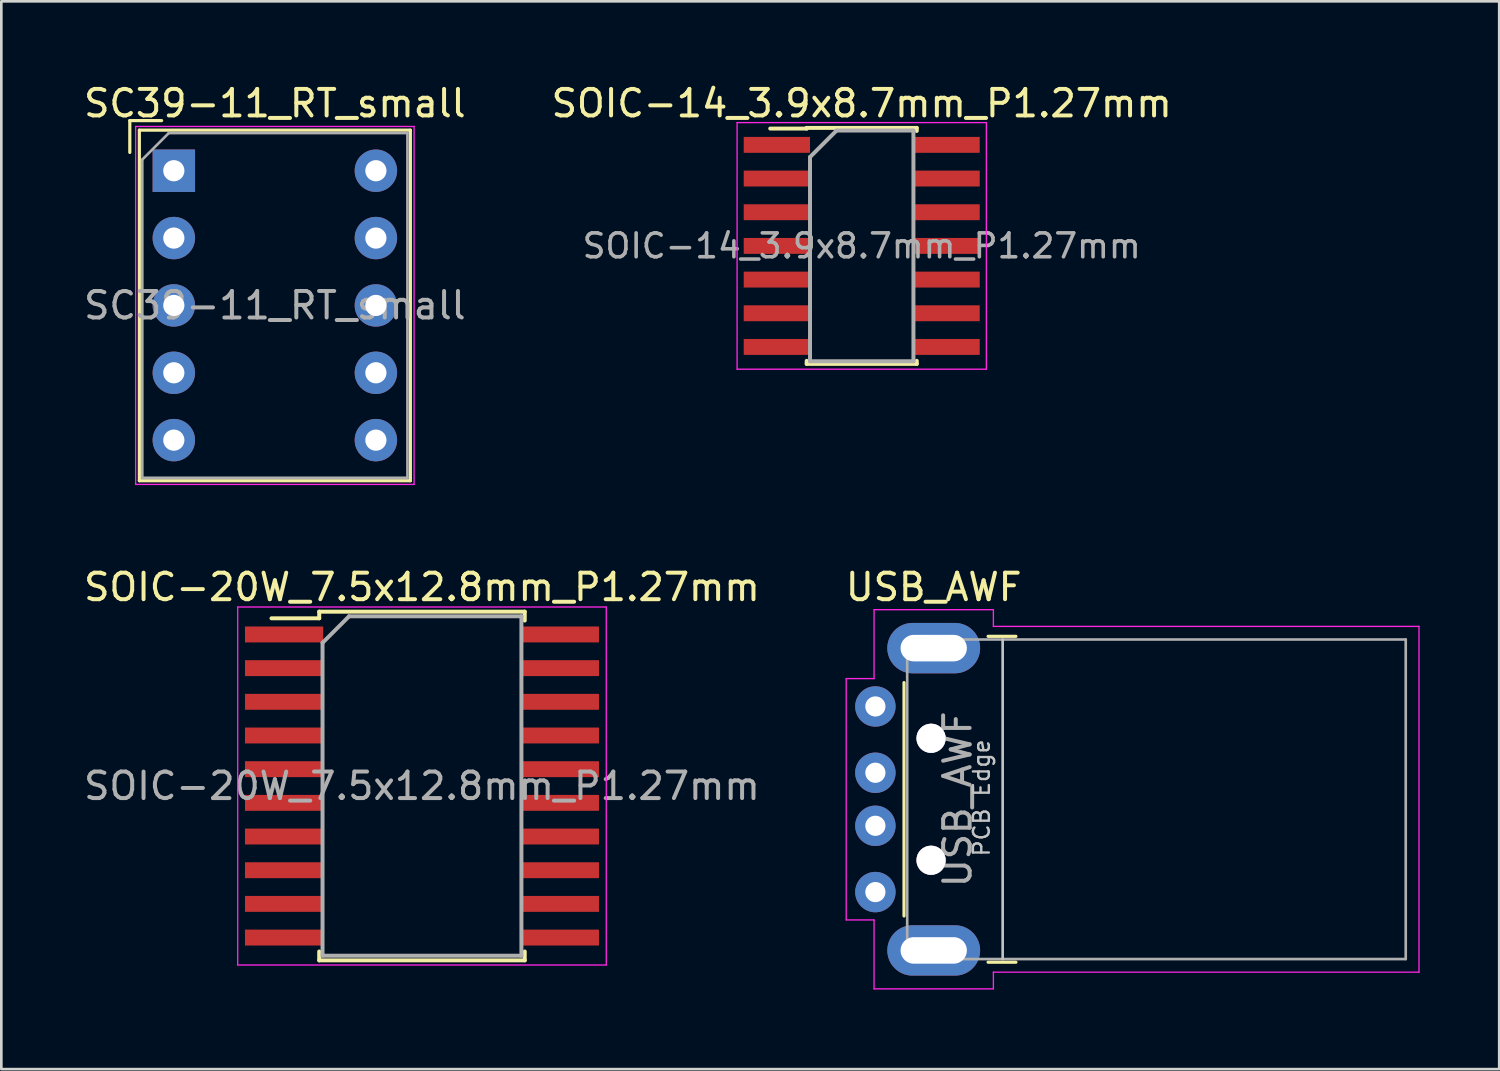
<source format=kicad_pcb>
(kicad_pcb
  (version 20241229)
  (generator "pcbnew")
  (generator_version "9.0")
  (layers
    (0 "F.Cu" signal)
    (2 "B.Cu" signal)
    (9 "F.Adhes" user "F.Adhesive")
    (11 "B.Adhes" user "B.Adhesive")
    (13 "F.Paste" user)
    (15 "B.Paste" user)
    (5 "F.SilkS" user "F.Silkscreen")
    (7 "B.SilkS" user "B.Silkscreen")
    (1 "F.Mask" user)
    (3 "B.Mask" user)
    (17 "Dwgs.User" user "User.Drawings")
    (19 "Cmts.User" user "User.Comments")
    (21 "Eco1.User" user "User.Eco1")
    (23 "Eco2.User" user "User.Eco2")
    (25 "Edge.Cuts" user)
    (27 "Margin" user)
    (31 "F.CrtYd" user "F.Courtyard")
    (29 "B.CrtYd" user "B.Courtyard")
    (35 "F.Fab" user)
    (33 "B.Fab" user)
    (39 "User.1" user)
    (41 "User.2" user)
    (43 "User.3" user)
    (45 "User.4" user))
  (footprint "SC39-11_RT_small"
    (layer "F.Cu")
    (at 3.505 3.388)
    (property "Reference" "SC39-11_RT_small" (at 3.81 -2.54 0) (layer "F.SilkS") (effects (font (size 1 1) (thickness 0.15))))
    (attr through_hole)
    (fp_line (start -1.66 -1.89) (end -0.46 -1.89) (stroke (width 0.12) (type solid)) (layer "F.SilkS"))
    (fp_line (start -1.66 -0.69) (end -1.66 -1.89) (stroke (width 0.12) (type solid)) (layer "F.SilkS"))
    (fp_line (start -1.3 -1.53) (end -1.3 11.69) (stroke (width 0.12) (type solid)) (layer "F.SilkS"))
    (fp_line (start -1.3 11.69) (end 8.92 11.69) (stroke (width 0.12) (type solid)) (layer "F.SilkS"))
    (fp_line (start 8.92 -1.53) (end -1.3 -1.53) (stroke (width 0.12) (type solid)) (layer "F.SilkS"))
    (fp_line (start 8.92 11.69) (end 8.92 -1.53) (stroke (width 0.12) (type solid)) (layer "F.SilkS"))
    (fp_line (start -1.44 -1.67) (end 9.06 -1.67) (stroke (width 0.05) (type solid)) (layer "F.CrtYd"))
    (fp_line (start -1.44 11.83) (end -1.44 -1.67) (stroke (width 0.05) (type solid)) (layer "F.CrtYd"))
    (fp_line (start 9.06 -1.67) (end 9.06 11.83) (stroke (width 0.05) (type solid)) (layer "F.CrtYd"))
    (fp_line (start 9.06 11.83) (end -1.44 11.83) (stroke (width 0.05) (type solid)) (layer "F.CrtYd"))
    (fp_line (start -1.19 -0.42) (end -0.19 -1.42) (stroke (width 0.1) (type solid)) (layer "F.Fab"))
    (fp_line (start -1.19 11.58) (end -1.19 -0.42) (stroke (width 0.1) (type solid)) (layer "F.Fab"))
    (fp_line (start -0.19 -1.42) (end 8.81 -1.42) (stroke (width 0.1) (type solid)) (layer "F.Fab"))
    (fp_line (start 8.81 -1.42) (end 8.81 11.58) (stroke (width 0.1) (type solid)) (layer "F.Fab"))
    (fp_line (start 8.81 11.58) (end -1.19 11.58) (stroke (width 0.1) (type solid)) (layer "F.Fab"))
    (fp_text user "${REFERENCE}" (at 3.81 5.08 0) (layer "F.Fab") (effects (font (size 1 1) (thickness 0.15))))
    (pad "1" thru_hole rect (at 0 0) (size 1.6 1.6) (drill 0.8) (layers "*.Cu" "*.Mask"))
    (pad "2" thru_hole circle (at 0 2.54) (size 1.6 1.6) (drill 0.8) (layers "*.Cu" "*.Mask"))
    (pad "3" thru_hole circle (at 0 5.08) (size 1.6 1.6) (drill 0.8) (layers "*.Cu" "*.Mask"))
    (pad "4" thru_hole circle (at 0 7.62) (size 1.6 1.6) (drill 0.8) (layers "*.Cu" "*.Mask"))
    (pad "5" thru_hole circle (at 0 10.16) (size 1.6 1.6) (drill 0.8) (layers "*.Cu" "*.Mask"))
    (pad "6" thru_hole circle (at 7.62 10.16) (size 1.6 1.6) (drill 0.8) (layers "*.Cu" "*.Mask"))
    (pad "7" thru_hole circle (at 7.62 7.62) (size 1.6 1.6) (drill 0.8) (layers "*.Cu" "*.Mask"))
    (pad "8" thru_hole circle (at 7.62 5.08) (size 1.6 1.6) (drill 0.8) (layers "*.Cu" "*.Mask"))
    (pad "9" thru_hole circle (at 7.62 2.54) (size 1.6 1.6) (drill 0.8) (layers "*.Cu" "*.Mask"))
    (pad "10" thru_hole circle (at 7.62 0) (size 1.6 1.6) (drill 0.8) (layers "*.Cu" "*.Mask")))
  (footprint "USB_AWF"
    (layer "F.Cu")
    (at 32.061 27.091)
    (property "Reference" "USB_AWF" (at 0.1 -8 0) (layer "F.SilkS") (effects (font (size 1 1) (thickness 0.15))))
    (attr smd)
    (fp_line (start -1.02 -4.4) (end -1.02 4.4) (stroke (width 0.12) (type solid)) (layer "F.SilkS"))
    (fp_line (start 2.15 -6.145) (end 3.2 -6.145) (stroke (width 0.12) (type solid)) (layer "F.SilkS"))
    (fp_line (start 2.15 6.145) (end 3.2 6.145) (stroke (width 0.12) (type solid)) (layer "F.SilkS"))
    (fp_line (start 2.7 6.025) (end 2.7 -6.025) (stroke (width 0.1) (type solid)) (layer "Dwgs.User"))
    (fp_line (start -3.2 -4.55) (end -2.15 -4.55) (stroke (width 0.05) (type solid)) (layer "F.CrtYd"))
    (fp_line (start -3.2 4.55) (end -3.2 -4.55) (stroke (width 0.05) (type solid)) (layer "F.CrtYd"))
    (fp_line (start -3.2 4.55) (end -2.15 4.55) (stroke (width 0.05) (type solid)) (layer "F.CrtYd"))
    (fp_line (start -2.15 -7.15) (end -2.15 -4.55) (stroke (width 0.05) (type solid)) (layer "F.CrtYd"))
    (fp_line (start -2.15 -7.15) (end 2.35 -7.15) (stroke (width 0.05) (type solid)) (layer "F.CrtYd"))
    (fp_line (start -2.15 4.55) (end -2.15 7.15) (stroke (width 0.05) (type solid)) (layer "F.CrtYd"))
    (fp_line (start -2.15 7.15) (end 2.35 7.15) (stroke (width 0.05) (type solid)) (layer "F.CrtYd"))
    (fp_line (start 2.35 -6.52) (end 2.35 -7.15) (stroke (width 0.05) (type solid)) (layer "F.CrtYd"))
    (fp_line (start 2.35 -6.52) (end 18.4 -6.52) (stroke (width 0.05) (type solid)) (layer "F.CrtYd"))
    (fp_line (start 2.35 6.52) (end 18.4 6.52) (stroke (width 0.05) (type solid)) (layer "F.CrtYd"))
    (fp_line (start 2.35 7.15) (end 2.35 6.52) (stroke (width 0.05) (type solid)) (layer "F.CrtYd"))
    (fp_line (start 18.4 6.52) (end 18.4 -6.52) (stroke (width 0.05) (type solid)) (layer "F.CrtYd"))
    (fp_line (start -0.9 -6.025) (end 17.9 -6.025) (stroke (width 0.1) (type solid)) (layer "F.Fab"))
    (fp_line (start -0.9 6.025) (end -0.9 -6.025) (stroke (width 0.1) (type solid)) (layer "F.Fab"))
    (fp_line (start -0.9 6.025) (end 17.9 6.025) (stroke (width 0.1) (type solid)) (layer "F.Fab"))
    (fp_line (start 17.9 6.025) (end 17.9 -6.025) (stroke (width 0.1) (type solid)) (layer "F.Fab"))
    (fp_circle (center 0 -2.3) (end 0 -2.8) (stroke (width 0.1) (type solid)) (fill no) (layer "F.Fab"))
    (fp_circle (center 0 2.3) (end 0 2.8) (stroke (width 0.1) (type solid)) (fill no) (layer "F.Fab"))
    (fp_text user "PCB Edge" (at 1.905 -0.05 90) (layer "Dwgs.User") (effects (font (size 0.6 0.6) (thickness 0.09))))
    (fp_text user "${REFERENCE}" (at 1 0 90) (layer "F.Fab") (effects (font (size 1 1) (thickness 0.15))))
    (pad "" thru_hole circle (at 0 -2.3) (size 1.1 1.1) (drill 1.1) (layers "*.Cu" "*.Mask"))
    (pad "" thru_hole circle (at 0 2.3) (size 1.1 1.1) (drill 1.1) (layers "*.Cu" "*.Mask"))
    (pad "1" thru_hole circle (at -2.1 -3.5) (size 1.524 1.524) (drill 0.762) (layers "*.Cu" "*.Mask"))
    (pad "2" thru_hole circle (at -2.1 -1) (size 1.524 1.524) (drill 0.762) (layers "*.Cu" "*.Mask"))
    (pad "3" thru_hole circle (at -2.1 1) (size 1.524 1.524) (drill 0.762) (layers "*.Cu" "*.Mask"))
    (pad "4" thru_hole circle (at -2.1 3.5) (size 1.524 1.524) (drill 0.762) (layers "*.Cu" "*.Mask"))
    (pad "5" thru_hole oval (at 0.1 -5.7) (size 3.5 1.9) (drill oval 2.5 1) (layers "*.Cu" "*.Mask"))
    (pad "5" thru_hole oval (at 0.1 5.7) (size 3.5 1.9) (drill oval 2.5 1) (layers "*.Cu" "*.Mask")))
  (footprint "SOIC-20W_7.5x12.8mm_P1.27mm"
    (layer "F.Cu")
    (at 12.863 26.591)
    (property "Reference" "SOIC-20W_7.5x12.8mm_P1.27mm" (at 0 -7.5 0) (layer "F.SilkS") (effects (font (size 1 1) (thickness 0.15))))
    (attr smd)
    (fp_line (start -3.875 -6.575) (end -3.875 -6.325) (stroke (width 0.15) (type solid)) (layer "F.SilkS"))
    (fp_line (start -3.875 -6.575) (end 3.875 -6.575) (stroke (width 0.15) (type solid)) (layer "F.SilkS"))
    (fp_line (start -3.875 -6.325) (end -5.675 -6.325) (stroke (width 0.15) (type solid)) (layer "F.SilkS"))
    (fp_line (start -3.875 6.575) (end -3.875 6.24) (stroke (width 0.15) (type solid)) (layer "F.SilkS"))
    (fp_line (start -3.875 6.575) (end 3.875 6.575) (stroke (width 0.15) (type solid)) (layer "F.SilkS"))
    (fp_line (start 3.875 -6.575) (end 3.875 -6.24) (stroke (width 0.15) (type solid)) (layer "F.SilkS"))
    (fp_line (start 3.875 6.575) (end 3.875 6.24) (stroke (width 0.15) (type solid)) (layer "F.SilkS"))
    (fp_line (start -6.95 -6.75) (end -6.95 6.75) (stroke (width 0.05) (type solid)) (layer "F.CrtYd"))
    (fp_line (start -6.95 -6.75) (end 6.95 -6.75) (stroke (width 0.05) (type solid)) (layer "F.CrtYd"))
    (fp_line (start -6.95 6.75) (end 6.95 6.75) (stroke (width 0.05) (type solid)) (layer "F.CrtYd"))
    (fp_line (start 6.95 -6.75) (end 6.95 6.75) (stroke (width 0.05) (type solid)) (layer "F.CrtYd"))
    (fp_line (start -3.75 -5.4) (end -2.75 -6.4) (stroke (width 0.15) (type solid)) (layer "F.Fab"))
    (fp_line (start -3.75 6.4) (end -3.75 -5.4) (stroke (width 0.15) (type solid)) (layer "F.Fab"))
    (fp_line (start -2.75 -6.4) (end 3.75 -6.4) (stroke (width 0.15) (type solid)) (layer "F.Fab"))
    (fp_line (start 3.75 -6.4) (end 3.75 6.4) (stroke (width 0.15) (type solid)) (layer "F.Fab"))
    (fp_line (start 3.75 6.4) (end -3.75 6.4) (stroke (width 0.15) (type solid)) (layer "F.Fab"))
    (fp_text user "${REFERENCE}" (at 0 0 0) (layer "F.Fab") (effects (font (size 1 1) (thickness 0.15))))
    (pad "1" smd rect (at -5.2 -5.715) (size 2.95 0.6) (layers "F.Cu" "F.Mask" "F.Paste"))
    (pad "2" smd rect (at -5.2 -4.445) (size 2.95 0.6) (layers "F.Cu" "F.Mask" "F.Paste"))
    (pad "3" smd rect (at -5.2 -3.175) (size 2.95 0.6) (layers "F.Cu" "F.Mask" "F.Paste"))
    (pad "4" smd rect (at -5.2 -1.905) (size 2.95 0.6) (layers "F.Cu" "F.Mask" "F.Paste"))
    (pad "5" smd rect (at -5.2 -0.635) (size 2.95 0.6) (layers "F.Cu" "F.Mask" "F.Paste"))
    (pad "6" smd rect (at -5.2 0.635) (size 2.95 0.6) (layers "F.Cu" "F.Mask" "F.Paste"))
    (pad "7" smd rect (at -5.2 1.905) (size 2.95 0.6) (layers "F.Cu" "F.Mask" "F.Paste"))
    (pad "8" smd rect (at -5.2 3.175) (size 2.95 0.6) (layers "F.Cu" "F.Mask" "F.Paste"))
    (pad "9" smd rect (at -5.2 4.445) (size 2.95 0.6) (layers "F.Cu" "F.Mask" "F.Paste"))
    (pad "10" smd rect (at -5.2 5.715) (size 2.95 0.6) (layers "F.Cu" "F.Mask" "F.Paste"))
    (pad "11" smd rect (at 5.2 5.715) (size 2.95 0.6) (layers "F.Cu" "F.Mask" "F.Paste"))
    (pad "12" smd rect (at 5.2 4.445) (size 2.95 0.6) (layers "F.Cu" "F.Mask" "F.Paste"))
    (pad "13" smd rect (at 5.2 3.175) (size 2.95 0.6) (layers "F.Cu" "F.Mask" "F.Paste"))
    (pad "14" smd rect (at 5.2 1.905) (size 2.95 0.6) (layers "F.Cu" "F.Mask" "F.Paste"))
    (pad "15" smd rect (at 5.2 0.635) (size 2.95 0.6) (layers "F.Cu" "F.Mask" "F.Paste"))
    (pad "16" smd rect (at 5.2 -0.635) (size 2.95 0.6) (layers "F.Cu" "F.Mask" "F.Paste"))
    (pad "17" smd rect (at 5.2 -1.905) (size 2.95 0.6) (layers "F.Cu" "F.Mask" "F.Paste"))
    (pad "18" smd rect (at 5.2 -3.175) (size 2.95 0.6) (layers "F.Cu" "F.Mask" "F.Paste"))
    (pad "19" smd rect (at 5.2 -4.445) (size 2.95 0.6) (layers "F.Cu" "F.Mask" "F.Paste"))
    (pad "20" smd rect (at 5.2 -5.715) (size 2.95 0.6) (layers "F.Cu" "F.Mask" "F.Paste")))
  (footprint "SOIC-14_3.9x8.7mm_P1.27mm"
    (layer "F.Cu")
    (at 29.446 6.223)
    (property "Reference" "SOIC-14_3.9x8.7mm_P1.27mm" (at 0 -5.375 0) (layer "F.SilkS") (effects (font (size 1 1) (thickness 0.15))))
    (attr smd)
    (fp_line (start -2.075 -4.45) (end -2.075 -4.425) (stroke (width 0.15) (type solid)) (layer "F.SilkS"))
    (fp_line (start -2.075 -4.45) (end 2.075 -4.45) (stroke (width 0.15) (type solid)) (layer "F.SilkS"))
    (fp_line (start -2.075 -4.425) (end -3.45 -4.425) (stroke (width 0.15) (type solid)) (layer "F.SilkS"))
    (fp_line (start -2.075 4.45) (end -2.075 4.335) (stroke (width 0.15) (type solid)) (layer "F.SilkS"))
    (fp_line (start -2.075 4.45) (end 2.075 4.45) (stroke (width 0.15) (type solid)) (layer "F.SilkS"))
    (fp_line (start 2.075 -4.45) (end 2.075 -4.335) (stroke (width 0.15) (type solid)) (layer "F.SilkS"))
    (fp_line (start 2.075 4.45) (end 2.075 4.335) (stroke (width 0.15) (type solid)) (layer "F.SilkS"))
    (fp_line (start -4.7 -4.65) (end -4.7 4.65) (stroke (width 0.05) (type solid)) (layer "F.CrtYd"))
    (fp_line (start -4.7 -4.65) (end 4.7 -4.65) (stroke (width 0.05) (type solid)) (layer "F.CrtYd"))
    (fp_line (start -4.7 4.65) (end 4.7 4.65) (stroke (width 0.05) (type solid)) (layer "F.CrtYd"))
    (fp_line (start 4.7 -4.65) (end 4.7 4.65) (stroke (width 0.05) (type solid)) (layer "F.CrtYd"))
    (fp_line (start -1.95 -3.35) (end -0.95 -4.35) (stroke (width 0.15) (type solid)) (layer "F.Fab"))
    (fp_line (start -1.95 4.35) (end -1.95 -3.35) (stroke (width 0.15) (type solid)) (layer "F.Fab"))
    (fp_line (start -0.95 -4.35) (end 1.95 -4.35) (stroke (width 0.15) (type solid)) (layer "F.Fab"))
    (fp_line (start 1.95 -4.35) (end 1.95 4.35) (stroke (width 0.15) (type solid)) (layer "F.Fab"))
    (fp_line (start 1.95 4.35) (end -1.95 4.35) (stroke (width 0.15) (type solid)) (layer "F.Fab"))
    (fp_text user "${REFERENCE}" (at 0 0 0) (layer "F.Fab") (effects (font (size 0.9 0.9) (thickness 0.135))))
    (pad "1" smd rect (at -3.2 -3.81) (size 2.5 0.6) (layers "F.Cu" "F.Mask" "F.Paste"))
    (pad "2" smd rect (at -3.2 -2.54) (size 2.5 0.6) (layers "F.Cu" "F.Mask" "F.Paste"))
    (pad "3" smd rect (at -3.2 -1.27) (size 2.5 0.6) (layers "F.Cu" "F.Mask" "F.Paste"))
    (pad "4" smd rect (at -3.2 0) (size 2.5 0.6) (layers "F.Cu" "F.Mask" "F.Paste"))
    (pad "5" smd rect (at -3.2 1.27) (size 2.5 0.6) (layers "F.Cu" "F.Mask" "F.Paste"))
    (pad "6" smd rect (at -3.2 2.54) (size 2.5 0.6) (layers "F.Cu" "F.Mask" "F.Paste"))
    (pad "7" smd rect (at -3.2 3.81) (size 2.5 0.6) (layers "F.Cu" "F.Mask" "F.Paste"))
    (pad "8" smd rect (at 3.2 3.81) (size 2.5 0.6) (layers "F.Cu" "F.Mask" "F.Paste"))
    (pad "9" smd rect (at 3.2 2.54) (size 2.5 0.6) (layers "F.Cu" "F.Mask" "F.Paste"))
    (pad "10" smd rect (at 3.2 1.27) (size 2.5 0.6) (layers "F.Cu" "F.Mask" "F.Paste"))
    (pad "11" smd rect (at 3.2 0) (size 2.5 0.6) (layers "F.Cu" "F.Mask" "F.Paste"))
    (pad "12" smd rect (at 3.2 -1.27) (size 2.5 0.6) (layers "F.Cu" "F.Mask" "F.Paste"))
    (pad "13" smd rect (at 3.2 -2.54) (size 2.5 0.6) (layers "F.Cu" "F.Mask" "F.Paste"))
    (pad "14" smd rect (at 3.2 -3.81) (size 2.5 0.6) (layers "F.Cu" "F.Mask" "F.Paste")))
  (gr_rect
    (start -3 -3)
    (end 53.486 37.267)
    (stroke (width 0.1) (type default))
    (fill no)
    (layer "Edge.Cuts")))
</source>
